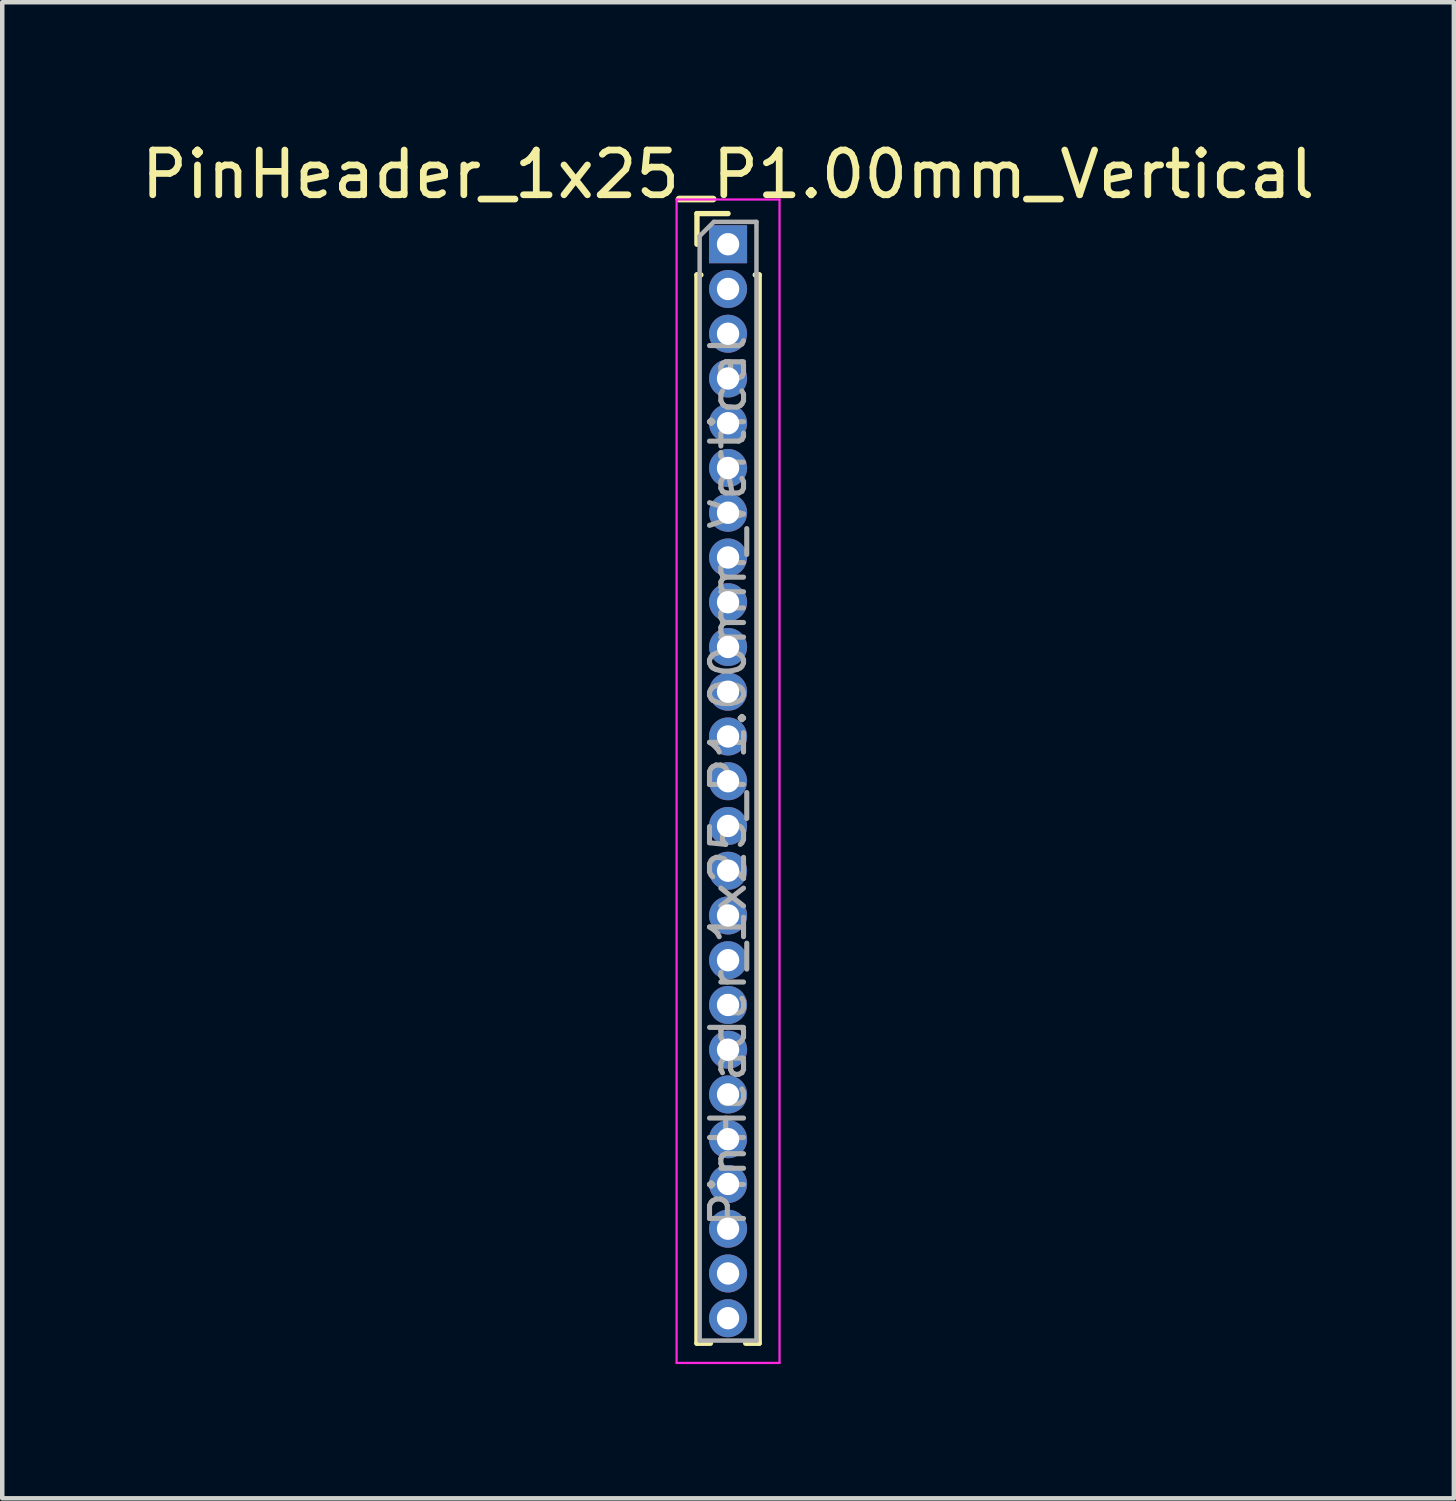
<source format=kicad_pcb>
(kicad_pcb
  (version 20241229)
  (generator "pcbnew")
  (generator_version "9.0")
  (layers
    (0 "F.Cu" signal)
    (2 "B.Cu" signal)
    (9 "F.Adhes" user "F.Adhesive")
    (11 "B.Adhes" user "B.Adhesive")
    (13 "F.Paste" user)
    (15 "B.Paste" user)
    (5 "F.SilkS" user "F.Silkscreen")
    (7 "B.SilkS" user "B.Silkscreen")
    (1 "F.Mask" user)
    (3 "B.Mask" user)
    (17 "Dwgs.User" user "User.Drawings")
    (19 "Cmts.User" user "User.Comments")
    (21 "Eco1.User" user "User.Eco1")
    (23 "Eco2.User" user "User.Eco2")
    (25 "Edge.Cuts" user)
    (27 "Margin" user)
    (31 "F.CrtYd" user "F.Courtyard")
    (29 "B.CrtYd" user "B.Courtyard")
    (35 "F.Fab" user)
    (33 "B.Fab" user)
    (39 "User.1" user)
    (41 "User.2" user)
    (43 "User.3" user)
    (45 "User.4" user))
  (footprint "PinHeader_1x25_P1.00mm_Vertical"
    (layer "F.Cu")
    (at 13.22 2.408)
    (property "Reference" "PinHeader_1x25_P1.00mm_Vertical" (at 0 -1.56 0) (layer "F.SilkS") (effects (font (size 1 1) (thickness 0.15))))
    (attr through_hole)
    (fp_line (start -0.695 -0.685) (end 0 -0.685) (stroke (width 0.12) (type solid)) (layer "F.SilkS"))
    (fp_line (start -0.695 0) (end -0.695 -0.685) (stroke (width 0.12) (type solid)) (layer "F.SilkS"))
    (fp_line (start -0.695 0.685) (end -0.695 24.56) (stroke (width 0.12) (type solid)) (layer "F.SilkS"))
    (fp_line (start -0.695 0.685) (end -0.608 0.685) (stroke (width 0.12) (type solid)) (layer "F.SilkS"))
    (fp_line (start -0.695 24.56) (end -0.394 24.56) (stroke (width 0.12) (type solid)) (layer "F.SilkS"))
    (fp_line (start 0.394 24.56) (end 0.695 24.56) (stroke (width 0.12) (type solid)) (layer "F.SilkS"))
    (fp_line (start 0.608 0.685) (end 0.695 0.685) (stroke (width 0.12) (type solid)) (layer "F.SilkS"))
    (fp_line (start 0.695 0.685) (end 0.695 24.56) (stroke (width 0.12) (type solid)) (layer "F.SilkS"))
    (fp_line (start -1.15 -1) (end -1.15 25) (stroke (width 0.05) (type solid)) (layer "F.CrtYd"))
    (fp_line (start -1.15 25) (end 1.15 25) (stroke (width 0.05) (type solid)) (layer "F.CrtYd"))
    (fp_line (start 1.15 -1) (end -1.15 -1) (stroke (width 0.05) (type solid)) (layer "F.CrtYd"))
    (fp_line (start 1.15 25) (end 1.15 -1) (stroke (width 0.05) (type solid)) (layer "F.CrtYd"))
    (fp_line (start -0.635 -0.182) (end -0.318 -0.5) (stroke (width 0.1) (type solid)) (layer "F.Fab"))
    (fp_line (start -0.635 24.5) (end -0.635 -0.182) (stroke (width 0.1) (type solid)) (layer "F.Fab"))
    (fp_line (start -0.318 -0.5) (end 0.635 -0.5) (stroke (width 0.1) (type solid)) (layer "F.Fab"))
    (fp_line (start 0.635 -0.5) (end 0.635 24.5) (stroke (width 0.1) (type solid)) (layer "F.Fab"))
    (fp_line (start 0.635 24.5) (end -0.635 24.5) (stroke (width 0.1) (type solid)) (layer "F.Fab"))
    (fp_text user "${REFERENCE}" (at 0 12 90) (layer "F.Fab") (effects (font (size 0.76 0.76) (thickness 0.114))))
    (pad "1" thru_hole rect (at 0 0) (size 0.85 0.85) (drill 0.5) (layers "*.Cu" "*.Mask"))
    (pad "2" thru_hole oval (at 0 1) (size 0.85 0.85) (drill 0.5) (layers "*.Cu" "*.Mask"))
    (pad "3" thru_hole oval (at 0 2) (size 0.85 0.85) (drill 0.5) (layers "*.Cu" "*.Mask"))
    (pad "4" thru_hole oval (at 0 3) (size 0.85 0.85) (drill 0.5) (layers "*.Cu" "*.Mask"))
    (pad "5" thru_hole oval (at 0 4) (size 0.85 0.85) (drill 0.5) (layers "*.Cu" "*.Mask"))
    (pad "6" thru_hole oval (at 0 5) (size 0.85 0.85) (drill 0.5) (layers "*.Cu" "*.Mask"))
    (pad "7" thru_hole oval (at 0 6) (size 0.85 0.85) (drill 0.5) (layers "*.Cu" "*.Mask"))
    (pad "8" thru_hole oval (at 0 7) (size 0.85 0.85) (drill 0.5) (layers "*.Cu" "*.Mask"))
    (pad "9" thru_hole oval (at 0 8) (size 0.85 0.85) (drill 0.5) (layers "*.Cu" "*.Mask"))
    (pad "10" thru_hole oval (at 0 9) (size 0.85 0.85) (drill 0.5) (layers "*.Cu" "*.Mask"))
    (pad "11" thru_hole oval (at 0 10) (size 0.85 0.85) (drill 0.5) (layers "*.Cu" "*.Mask"))
    (pad "12" thru_hole oval (at 0 11) (size 0.85 0.85) (drill 0.5) (layers "*.Cu" "*.Mask"))
    (pad "13" thru_hole oval (at 0 12) (size 0.85 0.85) (drill 0.5) (layers "*.Cu" "*.Mask"))
    (pad "14" thru_hole oval (at 0 13) (size 0.85 0.85) (drill 0.5) (layers "*.Cu" "*.Mask"))
    (pad "15" thru_hole oval (at 0 14) (size 0.85 0.85) (drill 0.5) (layers "*.Cu" "*.Mask"))
    (pad "16" thru_hole oval (at 0 15) (size 0.85 0.85) (drill 0.5) (layers "*.Cu" "*.Mask"))
    (pad "17" thru_hole oval (at 0 16) (size 0.85 0.85) (drill 0.5) (layers "*.Cu" "*.Mask"))
    (pad "18" thru_hole oval (at 0 17) (size 0.85 0.85) (drill 0.5) (layers "*.Cu" "*.Mask"))
    (pad "19" thru_hole oval (at 0 18) (size 0.85 0.85) (drill 0.5) (layers "*.Cu" "*.Mask"))
    (pad "20" thru_hole oval (at 0 19) (size 0.85 0.85) (drill 0.5) (layers "*.Cu" "*.Mask"))
    (pad "21" thru_hole oval (at 0 20) (size 0.85 0.85) (drill 0.5) (layers "*.Cu" "*.Mask"))
    (pad "22" thru_hole oval (at 0 21) (size 0.85 0.85) (drill 0.5) (layers "*.Cu" "*.Mask"))
    (pad "23" thru_hole oval (at 0 22) (size 0.85 0.85) (drill 0.5) (layers "*.Cu" "*.Mask"))
    (pad "24" thru_hole oval (at 0 23) (size 0.85 0.85) (drill 0.5) (layers "*.Cu" "*.Mask"))
    (pad "25" thru_hole oval (at 0 24) (size 0.85 0.85) (drill 0.5) (layers "*.Cu" "*.Mask")))
  (gr_rect
    (start -3 -3)
    (end 29.44 30.433)
    (stroke (width 0.1) (type default))
    (fill no)
    (layer "Edge.Cuts")))
</source>
